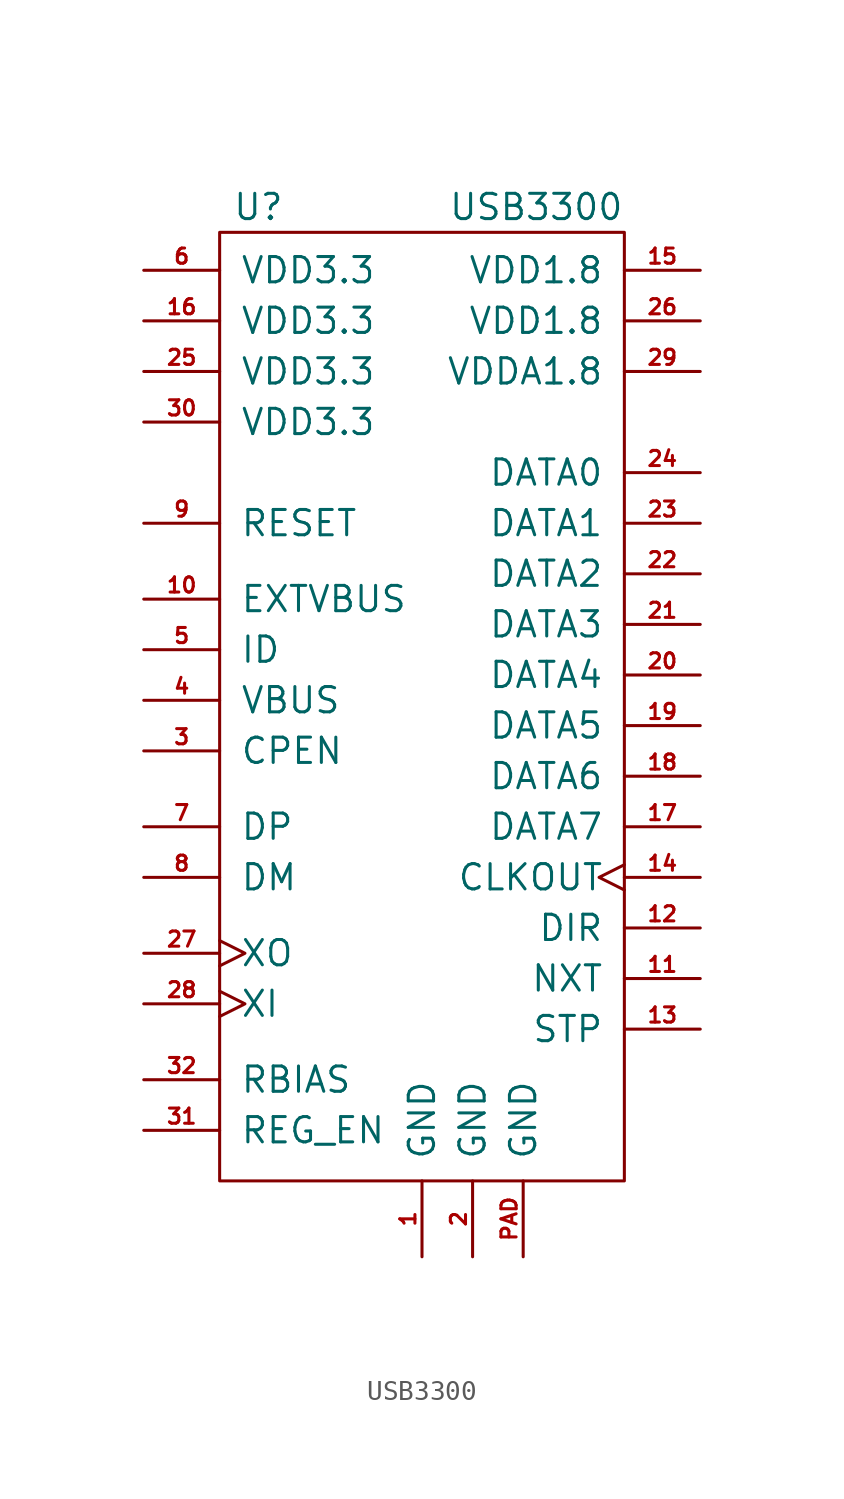
<source format=kicad_sym>
(kicad_symbol_lib
  (version 20211014)
  (generator kicad_symbol_editor)
  (symbol "USB3300"
    (pin_names
      (offset 1.016))
    (property "Reference" "U"
      (at -9.525 24.765 0)
      (effects (font (size 1.27 1.27)) (justify left)))
    (property "Value" "USB3300"
      (at 10.16 24.765 0)
      (effects (font (size 1.27 1.27)) (justify right)))
    (symbol "USB3300_0_1"
      (rectangle (start -10.16 -24.13) (end 10.16 23.495) (stroke (width 0) (type default) (color 0 0 0 0)) (fill (type none))))
    (symbol "USB3300_1_1"
      (pin power_in line (at 0 -27.94 90) (length 3.81) (name "GND" (effects (font (size 1.27 1.27)))) (number "1" (effects (font (size 0.762 0.762)))))
      (pin input line (at -13.97 5.08 0) (length 3.81) (name "EXTVBUS" (effects (font (size 1.27 1.27)))) (number "10" (effects (font (size 0.762 0.762)))))
      (pin output line (at 13.97 -13.97 180) (length 3.81) (name "NXT" (effects (font (size 1.27 1.27)))) (number "11" (effects (font (size 0.762 0.762)))))
      (pin output line (at 13.97 -11.43 180) (length 3.81) (name "DIR" (effects (font (size 1.27 1.27)))) (number "12" (effects (font (size 0.762 0.762)))))
      (pin input line (at 13.97 -16.51 180) (length 3.81) (name "STP" (effects (font (size 1.27 1.27)))) (number "13" (effects (font (size 0.762 0.762)))))
      (pin output clock (at 13.97 -8.89 180) (length 3.81) (name "CLKOUT" (effects (font (size 1.27 1.27)))) (number "14" (effects (font (size 0.762 0.762)))))
      (pin power_in line (at 13.97 21.59 180) (length 3.81) (name "VDD1.8" (effects (font (size 1.27 1.27)))) (number "15" (effects (font (size 0.762 0.762)))))
      (pin power_in line (at -13.97 19.05 0) (length 3.81) (name "VDD3.3" (effects (font (size 1.27 1.27)))) (number "16" (effects (font (size 0.762 0.762)))))
      (pin bidirectional line (at 13.97 -6.35 180) (length 3.81) (name "DATA7" (effects (font (size 1.27 1.27)))) (number "17" (effects (font (size 0.762 0.762)))))
      (pin bidirectional line (at 13.97 -3.81 180) (length 3.81) (name "DATA6" (effects (font (size 1.27 1.27)))) (number "18" (effects (font (size 0.762 0.762)))))
      (pin bidirectional line (at 13.97 -1.27 180) (length 3.81) (name "DATA5" (effects (font (size 1.27 1.27)))) (number "19" (effects (font (size 0.762 0.762)))))
      (pin power_in line (at 2.54 -27.94 90) (length 3.81) (name "GND" (effects (font (size 1.27 1.27)))) (number "2" (effects (font (size 0.762 0.762)))))
      (pin bidirectional line (at 13.97 1.27 180) (length 3.81) (name "DATA4" (effects (font (size 1.27 1.27)))) (number "20" (effects (font (size 0.762 0.762)))))
      (pin bidirectional line (at 13.97 3.81 180) (length 3.81) (name "DATA3" (effects (font (size 1.27 1.27)))) (number "21" (effects (font (size 0.762 0.762)))))
      (pin bidirectional line (at 13.97 6.35 180) (length 3.81) (name "DATA2" (effects (font (size 1.27 1.27)))) (number "22" (effects (font (size 0.762 0.762)))))
      (pin bidirectional line (at 13.97 8.89 180) (length 3.81) (name "DATA1" (effects (font (size 1.27 1.27)))) (number "23" (effects (font (size 0.762 0.762)))))
      (pin bidirectional line (at 13.97 11.43 180) (length 3.81) (name "DATA0" (effects (font (size 1.27 1.27)))) (number "24" (effects (font (size 0.762 0.762)))))
      (pin power_in line (at -13.97 16.51 0) (length 3.81) (name "VDD3.3" (effects (font (size 1.27 1.27)))) (number "25" (effects (font (size 0.762 0.762)))))
      (pin power_in line (at 13.97 19.05 180) (length 3.81) (name "VDD1.8" (effects (font (size 1.27 1.27)))) (number "26" (effects (font (size 0.762 0.762)))))
      (pin output clock (at -13.97 -12.7 0) (length 3.81) (name "XO" (effects (font (size 1.27 1.27)))) (number "27" (effects (font (size 0.762 0.762)))))
      (pin input clock (at -13.97 -15.24 0) (length 3.81) (name "XI" (effects (font (size 1.27 1.27)))) (number "28" (effects (font (size 0.762 0.762)))))
      (pin power_in line (at 13.97 16.51 180) (length 3.81) (name "VDDA1.8" (effects (font (size 1.27 1.27)))) (number "29" (effects (font (size 0.762 0.762)))))
      (pin output line (at -13.97 -2.54 0) (length 3.81) (name "CPEN" (effects (font (size 1.27 1.27)))) (number "3" (effects (font (size 0.762 0.762)))))
      (pin power_in line (at -13.97 13.97 0) (length 3.81) (name "VDD3.3" (effects (font (size 1.27 1.27)))) (number "30" (effects (font (size 0.762 0.762)))))
      (pin input line (at -13.97 -21.59 0) (length 3.81) (name "REG_EN" (effects (font (size 1.27 1.27)))) (number "31" (effects (font (size 0.762 0.762)))))
      (pin passive line (at -13.97 -19.05 0) (length 3.81) (name "RBIAS" (effects (font (size 1.27 1.27)))) (number "32" (effects (font (size 0.762 0.762)))))
      (pin passive line (at -13.97 0 0) (length 3.81) (name "VBUS" (effects (font (size 1.27 1.27)))) (number "4" (effects (font (size 0.762 0.762)))))
      (pin input line (at -13.97 2.54 0) (length 3.81) (name "ID" (effects (font (size 1.27 1.27)))) (number "5" (effects (font (size 0.762 0.762)))))
      (pin power_in line (at -13.97 21.59 0) (length 3.81) (name "VDD3.3" (effects (font (size 1.27 1.27)))) (number "6" (effects (font (size 0.762 0.762)))))
      (pin bidirectional line (at -13.97 -6.35 0) (length 3.81) (name "DP" (effects (font (size 1.27 1.27)))) (number "7" (effects (font (size 0.762 0.762)))))
      (pin bidirectional line (at -13.97 -8.89 0) (length 3.81) (name "DM" (effects (font (size 1.27 1.27)))) (number "8" (effects (font (size 0.762 0.762)))))
      (pin input line (at -13.97 8.89 0) (length 3.81) (name "RESET" (effects (font (size 1.27 1.27)))) (number "9" (effects (font (size 0.762 0.762)))))
      (pin power_in line (at 5.08 -27.94 90) (length 3.81) (name "GND" (effects (font (size 1.27 1.27)))) (number "PAD" (effects (font (size 0.762 0.762))))))))
</source>
